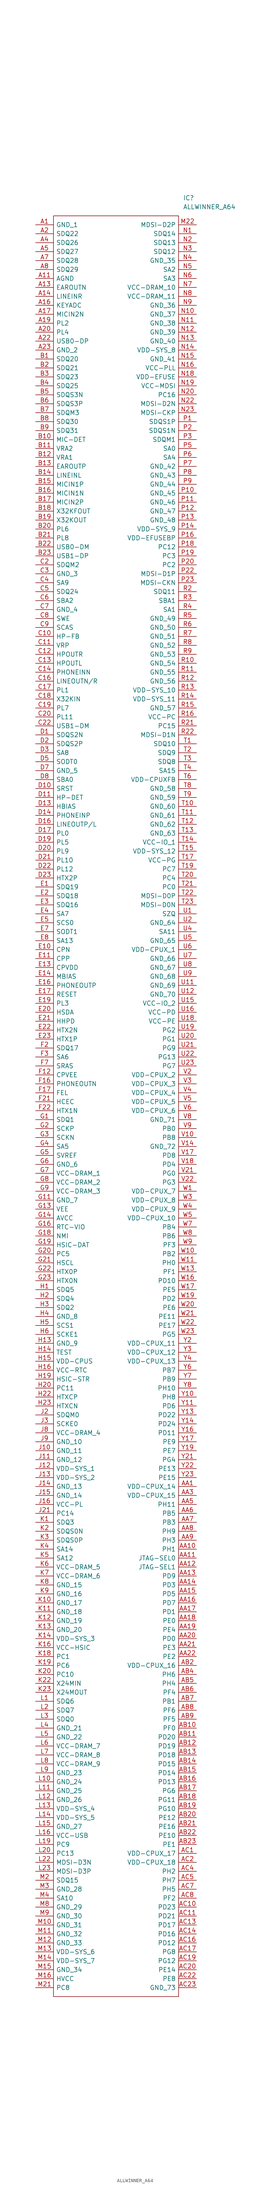
<source format=kicad_sym>
(kicad_symbol_lib
  (version 20211014)
  (generator kicad_symbol_editor)
  (symbol "ALLWINNER_A64"
    (pin_names
      (offset 0.762))
    (property "Reference" "IC"
      (at 41.91 7.62 0)
      (effects (font (size 1.27 1.27)) (justify left)))
    (property "Value" "ALLWINNER_A64"
      (at 41.91 5.08 0)
      (effects (font (size 1.27 1.27)) (justify left)))
    (symbol "ALLWINNER_A64_0_0"
      (pin passive line (at 0 0 0) (length 5.08) (name "GND_1" (effects (font (size 1.27 1.27)))) (number "A1" (effects (font (size 1.27 1.27)))))
      (pin passive line (at 0 -15.24 0) (length 5.08) (name "AGND" (effects (font (size 1.27 1.27)))) (number "A11" (effects (font (size 1.27 1.27)))))
      (pin passive line (at 0 -17.78 0) (length 5.08) (name "EAROUTN" (effects (font (size 1.27 1.27)))) (number "A13" (effects (font (size 1.27 1.27)))))
      (pin passive line (at 0 -20.32 0) (length 5.08) (name "LINEINR" (effects (font (size 1.27 1.27)))) (number "A14" (effects (font (size 1.27 1.27)))))
      (pin passive line (at 0 -22.86 0) (length 5.08) (name "KEYADC" (effects (font (size 1.27 1.27)))) (number "A16" (effects (font (size 1.27 1.27)))))
      (pin passive line (at 0 -25.4 0) (length 5.08) (name "MICIN2N" (effects (font (size 1.27 1.27)))) (number "A17" (effects (font (size 1.27 1.27)))))
      (pin passive line (at 0 -27.94 0) (length 5.08) (name "PL2" (effects (font (size 1.27 1.27)))) (number "A19" (effects (font (size 1.27 1.27)))))
      (pin passive line (at 0 -2.54 0) (length 5.08) (name "SDQ22" (effects (font (size 1.27 1.27)))) (number "A2" (effects (font (size 1.27 1.27)))))
      (pin passive line (at 0 -30.48 0) (length 5.08) (name "PL4" (effects (font (size 1.27 1.27)))) (number "A20" (effects (font (size 1.27 1.27)))))
      (pin passive line (at 0 -33.02 0) (length 5.08) (name "USB0-DP" (effects (font (size 1.27 1.27)))) (number "A22" (effects (font (size 1.27 1.27)))))
      (pin passive line (at 0 -35.56 0) (length 5.08) (name "GND_2" (effects (font (size 1.27 1.27)))) (number "A23" (effects (font (size 1.27 1.27)))))
      (pin passive line (at 0 -5.08 0) (length 5.08) (name "SDQ26" (effects (font (size 1.27 1.27)))) (number "A4" (effects (font (size 1.27 1.27)))))
      (pin passive line (at 0 -7.62 0) (length 5.08) (name "SDQ27" (effects (font (size 1.27 1.27)))) (number "A5" (effects (font (size 1.27 1.27)))))
      (pin passive line (at 0 -10.16 0) (length 5.08) (name "SDQ28" (effects (font (size 1.27 1.27)))) (number "A7" (effects (font (size 1.27 1.27)))))
      (pin passive line (at 0 -12.7 0) (length 5.08) (name "SDQ29" (effects (font (size 1.27 1.27)))) (number "A8" (effects (font (size 1.27 1.27)))))
      (pin passive line (at 45.72 -358.14 180) (length 5.08) (name "VDD-CPUX_14" (effects (font (size 1.27 1.27)))) (number "AA1" (effects (font (size 1.27 1.27)))))
      (pin passive line (at 45.72 -375.92 180) (length 5.08) (name "PH1" (effects (font (size 1.27 1.27)))) (number "AA10" (effects (font (size 1.27 1.27)))))
      (pin passive line (at 45.72 -378.46 180) (length 5.08) (name "JTAG-SEL0" (effects (font (size 1.27 1.27)))) (number "AA11" (effects (font (size 1.27 1.27)))))
      (pin passive line (at 45.72 -381 180) (length 5.08) (name "JTAG-SEL1" (effects (font (size 1.27 1.27)))) (number "AA12" (effects (font (size 1.27 1.27)))))
      (pin passive line (at 45.72 -383.54 180) (length 5.08) (name "PD9" (effects (font (size 1.27 1.27)))) (number "AA13" (effects (font (size 1.27 1.27)))))
      (pin passive line (at 45.72 -386.08 180) (length 5.08) (name "PD3" (effects (font (size 1.27 1.27)))) (number "AA14" (effects (font (size 1.27 1.27)))))
      (pin passive line (at 45.72 -388.62 180) (length 5.08) (name "PD5" (effects (font (size 1.27 1.27)))) (number "AA15" (effects (font (size 1.27 1.27)))))
      (pin passive line (at 45.72 -391.16 180) (length 5.08) (name "PD7" (effects (font (size 1.27 1.27)))) (number "AA16" (effects (font (size 1.27 1.27)))))
      (pin passive line (at 45.72 -393.7 180) (length 5.08) (name "PD1" (effects (font (size 1.27 1.27)))) (number "AA17" (effects (font (size 1.27 1.27)))))
      (pin passive line (at 45.72 -396.24 180) (length 5.08) (name "PE0" (effects (font (size 1.27 1.27)))) (number "AA18" (effects (font (size 1.27 1.27)))))
      (pin passive line (at 45.72 -398.78 180) (length 5.08) (name "PE4" (effects (font (size 1.27 1.27)))) (number "AA19" (effects (font (size 1.27 1.27)))))
      (pin passive line (at 45.72 -401.32 180) (length 5.08) (name "PD0" (effects (font (size 1.27 1.27)))) (number "AA20" (effects (font (size 1.27 1.27)))))
      (pin passive line (at 45.72 -403.86 180) (length 5.08) (name "PE3" (effects (font (size 1.27 1.27)))) (number "AA21" (effects (font (size 1.27 1.27)))))
      (pin passive line (at 45.72 -406.4 180) (length 5.08) (name "PE2" (effects (font (size 1.27 1.27)))) (number "AA22" (effects (font (size 1.27 1.27)))))
      (pin passive line (at 45.72 -360.68 180) (length 5.08) (name "VDD-CPUX_15" (effects (font (size 1.27 1.27)))) (number "AA3" (effects (font (size 1.27 1.27)))))
      (pin passive line (at 45.72 -363.22 180) (length 5.08) (name "PH11" (effects (font (size 1.27 1.27)))) (number "AA5" (effects (font (size 1.27 1.27)))))
      (pin passive line (at 45.72 -365.76 180) (length 5.08) (name "PB5" (effects (font (size 1.27 1.27)))) (number "AA6" (effects (font (size 1.27 1.27)))))
      (pin passive line (at 45.72 -368.3 180) (length 5.08) (name "PB3" (effects (font (size 1.27 1.27)))) (number "AA7" (effects (font (size 1.27 1.27)))))
      (pin passive line (at 45.72 -370.84 180) (length 5.08) (name "PH9" (effects (font (size 1.27 1.27)))) (number "AA8" (effects (font (size 1.27 1.27)))))
      (pin passive line (at 45.72 -373.38 180) (length 5.08) (name "PH3" (effects (font (size 1.27 1.27)))) (number "AA9" (effects (font (size 1.27 1.27)))))
      (pin passive line (at 45.72 -426.72 180) (length 5.08) (name "PF0" (effects (font (size 1.27 1.27)))) (number "AB10" (effects (font (size 1.27 1.27)))))
      (pin passive line (at 45.72 -429.26 180) (length 5.08) (name "PD20" (effects (font (size 1.27 1.27)))) (number "AB11" (effects (font (size 1.27 1.27)))))
      (pin passive line (at 45.72 -431.8 180) (length 5.08) (name "PD19" (effects (font (size 1.27 1.27)))) (number "AB12" (effects (font (size 1.27 1.27)))))
      (pin passive line (at 45.72 -434.34 180) (length 5.08) (name "PD18" (effects (font (size 1.27 1.27)))) (number "AB13" (effects (font (size 1.27 1.27)))))
      (pin passive line (at 45.72 -436.88 180) (length 5.08) (name "PD15" (effects (font (size 1.27 1.27)))) (number "AB14" (effects (font (size 1.27 1.27)))))
      (pin passive line (at 45.72 -439.42 180) (length 5.08) (name "PD14" (effects (font (size 1.27 1.27)))) (number "AB15" (effects (font (size 1.27 1.27)))))
      (pin passive line (at 45.72 -441.96 180) (length 5.08) (name "PD13" (effects (font (size 1.27 1.27)))) (number "AB16" (effects (font (size 1.27 1.27)))))
      (pin passive line (at 45.72 -444.5 180) (length 5.08) (name "PG6" (effects (font (size 1.27 1.27)))) (number "AB17" (effects (font (size 1.27 1.27)))))
      (pin passive line (at 45.72 -447.04 180) (length 5.08) (name "PG11" (effects (font (size 1.27 1.27)))) (number "AB18" (effects (font (size 1.27 1.27)))))
      (pin passive line (at 45.72 -449.58 180) (length 5.08) (name "PG10" (effects (font (size 1.27 1.27)))) (number "AB19" (effects (font (size 1.27 1.27)))))
      (pin passive line (at 45.72 -408.94 180) (length 5.08) (name "VDD-CPUX_16" (effects (font (size 1.27 1.27)))) (number "AB2" (effects (font (size 1.27 1.27)))))
      (pin passive line (at 45.72 -452.12 180) (length 5.08) (name "PE12" (effects (font (size 1.27 1.27)))) (number "AB20" (effects (font (size 1.27 1.27)))))
      (pin passive line (at 45.72 -454.66 180) (length 5.08) (name "PE16" (effects (font (size 1.27 1.27)))) (number "AB21" (effects (font (size 1.27 1.27)))))
      (pin passive line (at 45.72 -457.2 180) (length 5.08) (name "PE10" (effects (font (size 1.27 1.27)))) (number "AB22" (effects (font (size 1.27 1.27)))))
      (pin passive line (at 45.72 -459.74 180) (length 5.08) (name "PE1" (effects (font (size 1.27 1.27)))) (number "AB23" (effects (font (size 1.27 1.27)))))
      (pin passive line (at 45.72 -411.48 180) (length 5.08) (name "PH6" (effects (font (size 1.27 1.27)))) (number "AB4" (effects (font (size 1.27 1.27)))))
      (pin passive line (at 45.72 -414.02 180) (length 5.08) (name "PH4" (effects (font (size 1.27 1.27)))) (number "AB5" (effects (font (size 1.27 1.27)))))
      (pin passive line (at 45.72 -416.56 180) (length 5.08) (name "PF4" (effects (font (size 1.27 1.27)))) (number "AB6" (effects (font (size 1.27 1.27)))))
      (pin passive line (at 45.72 -419.1 180) (length 5.08) (name "PB1" (effects (font (size 1.27 1.27)))) (number "AB7" (effects (font (size 1.27 1.27)))))
      (pin passive line (at 45.72 -421.64 180) (length 5.08) (name "PF6" (effects (font (size 1.27 1.27)))) (number "AB8" (effects (font (size 1.27 1.27)))))
      (pin passive line (at 45.72 -424.18 180) (length 5.08) (name "PF5" (effects (font (size 1.27 1.27)))) (number "AB9" (effects (font (size 1.27 1.27)))))
      (pin passive line (at 45.72 -462.28 180) (length 5.08) (name "VDD-CPUX_17" (effects (font (size 1.27 1.27)))) (number "AC1" (effects (font (size 1.27 1.27)))))
      (pin passive line (at 45.72 -477.52 180) (length 5.08) (name "PD23" (effects (font (size 1.27 1.27)))) (number "AC10" (effects (font (size 1.27 1.27)))))
      (pin passive line (at 45.72 -480.06 180) (length 5.08) (name "PD21" (effects (font (size 1.27 1.27)))) (number "AC11" (effects (font (size 1.27 1.27)))))
      (pin passive line (at 45.72 -482.6 180) (length 5.08) (name "PD17" (effects (font (size 1.27 1.27)))) (number "AC13" (effects (font (size 1.27 1.27)))))
      (pin passive line (at 45.72 -485.14 180) (length 5.08) (name "PD16" (effects (font (size 1.27 1.27)))) (number "AC14" (effects (font (size 1.27 1.27)))))
      (pin passive line (at 45.72 -487.68 180) (length 5.08) (name "PD12" (effects (font (size 1.27 1.27)))) (number "AC16" (effects (font (size 1.27 1.27)))))
      (pin passive line (at 45.72 -490.22 180) (length 5.08) (name "PG8" (effects (font (size 1.27 1.27)))) (number "AC17" (effects (font (size 1.27 1.27)))))
      (pin passive line (at 45.72 -492.76 180) (length 5.08) (name "PG12" (effects (font (size 1.27 1.27)))) (number "AC19" (effects (font (size 1.27 1.27)))))
      (pin passive line (at 45.72 -464.82 180) (length 5.08) (name "VDD-CPUX_18" (effects (font (size 1.27 1.27)))) (number "AC2" (effects (font (size 1.27 1.27)))))
      (pin passive line (at 45.72 -495.3 180) (length 5.08) (name "PE14" (effects (font (size 1.27 1.27)))) (number "AC20" (effects (font (size 1.27 1.27)))))
      (pin passive line (at 45.72 -497.84 180) (length 5.08) (name "PE8" (effects (font (size 1.27 1.27)))) (number "AC22" (effects (font (size 1.27 1.27)))))
      (pin passive line (at 45.72 -500.38 180) (length 5.08) (name "GND_73" (effects (font (size 1.27 1.27)))) (number "AC23" (effects (font (size 1.27 1.27)))))
      (pin passive line (at 45.72 -467.36 180) (length 5.08) (name "PH2" (effects (font (size 1.27 1.27)))) (number "AC4" (effects (font (size 1.27 1.27)))))
      (pin passive line (at 45.72 -469.9 180) (length 5.08) (name "PH7" (effects (font (size 1.27 1.27)))) (number "AC5" (effects (font (size 1.27 1.27)))))
      (pin passive line (at 45.72 -472.44 180) (length 5.08) (name "PH5" (effects (font (size 1.27 1.27)))) (number "AC7" (effects (font (size 1.27 1.27)))))
      (pin passive line (at 45.72 -474.98 180) (length 5.08) (name "PF2" (effects (font (size 1.27 1.27)))) (number "AC8" (effects (font (size 1.27 1.27)))))
      (pin passive line (at 0 -38.1 0) (length 5.08) (name "SDQ20" (effects (font (size 1.27 1.27)))) (number "B1" (effects (font (size 1.27 1.27)))))
      (pin passive line (at 0 -60.96 0) (length 5.08) (name "MIC-DET" (effects (font (size 1.27 1.27)))) (number "B10" (effects (font (size 1.27 1.27)))))
      (pin passive line (at 0 -63.5 0) (length 5.08) (name "VRA2" (effects (font (size 1.27 1.27)))) (number "B11" (effects (font (size 1.27 1.27)))))
      (pin passive line (at 0 -66.04 0) (length 5.08) (name "VRA1" (effects (font (size 1.27 1.27)))) (number "B12" (effects (font (size 1.27 1.27)))))
      (pin passive line (at 0 -68.58 0) (length 5.08) (name "EAROUTP" (effects (font (size 1.27 1.27)))) (number "B13" (effects (font (size 1.27 1.27)))))
      (pin passive line (at 0 -71.12 0) (length 5.08) (name "LINEINL" (effects (font (size 1.27 1.27)))) (number "B14" (effects (font (size 1.27 1.27)))))
      (pin passive line (at 0 -73.66 0) (length 5.08) (name "MICIN1P" (effects (font (size 1.27 1.27)))) (number "B15" (effects (font (size 1.27 1.27)))))
      (pin passive line (at 0 -76.2 0) (length 5.08) (name "MICIN1N" (effects (font (size 1.27 1.27)))) (number "B16" (effects (font (size 1.27 1.27)))))
      (pin passive line (at 0 -78.74 0) (length 5.08) (name "MICIN2P" (effects (font (size 1.27 1.27)))) (number "B17" (effects (font (size 1.27 1.27)))))
      (pin passive line (at 0 -81.28 0) (length 5.08) (name "X32KFOUT" (effects (font (size 1.27 1.27)))) (number "B18" (effects (font (size 1.27 1.27)))))
      (pin passive line (at 0 -83.82 0) (length 5.08) (name "X32KOUT" (effects (font (size 1.27 1.27)))) (number "B19" (effects (font (size 1.27 1.27)))))
      (pin passive line (at 0 -40.64 0) (length 5.08) (name "SDQ21" (effects (font (size 1.27 1.27)))) (number "B2" (effects (font (size 1.27 1.27)))))
      (pin passive line (at 0 -86.36 0) (length 5.08) (name "PL6" (effects (font (size 1.27 1.27)))) (number "B20" (effects (font (size 1.27 1.27)))))
      (pin passive line (at 0 -88.9 0) (length 5.08) (name "PL8" (effects (font (size 1.27 1.27)))) (number "B21" (effects (font (size 1.27 1.27)))))
      (pin passive line (at 0 -91.44 0) (length 5.08) (name "USB0-DM" (effects (font (size 1.27 1.27)))) (number "B22" (effects (font (size 1.27 1.27)))))
      (pin passive line (at 0 -93.98 0) (length 5.08) (name "USB1-DP" (effects (font (size 1.27 1.27)))) (number "B23" (effects (font (size 1.27 1.27)))))
      (pin passive line (at 0 -43.18 0) (length 5.08) (name "SDQ23" (effects (font (size 1.27 1.27)))) (number "B3" (effects (font (size 1.27 1.27)))))
      (pin passive line (at 0 -45.72 0) (length 5.08) (name "SDQ25" (effects (font (size 1.27 1.27)))) (number "B4" (effects (font (size 1.27 1.27)))))
      (pin passive line (at 0 -48.26 0) (length 5.08) (name "SDQS3N" (effects (font (size 1.27 1.27)))) (number "B5" (effects (font (size 1.27 1.27)))))
      (pin passive line (at 0 -50.8 0) (length 5.08) (name "SDQS3P" (effects (font (size 1.27 1.27)))) (number "B6" (effects (font (size 1.27 1.27)))))
      (pin passive line (at 0 -53.34 0) (length 5.08) (name "SDQM3" (effects (font (size 1.27 1.27)))) (number "B7" (effects (font (size 1.27 1.27)))))
      (pin passive line (at 0 -55.88 0) (length 5.08) (name "SDQ30" (effects (font (size 1.27 1.27)))) (number "B8" (effects (font (size 1.27 1.27)))))
      (pin passive line (at 0 -58.42 0) (length 5.08) (name "SDQ31" (effects (font (size 1.27 1.27)))) (number "B9" (effects (font (size 1.27 1.27)))))
      (pin passive line (at 0 -116.84 0) (length 5.08) (name "HP-FB" (effects (font (size 1.27 1.27)))) (number "C10" (effects (font (size 1.27 1.27)))))
      (pin passive line (at 0 -119.38 0) (length 5.08) (name "VRP" (effects (font (size 1.27 1.27)))) (number "C11" (effects (font (size 1.27 1.27)))))
      (pin passive line (at 0 -121.92 0) (length 5.08) (name "HPOUTR" (effects (font (size 1.27 1.27)))) (number "C12" (effects (font (size 1.27 1.27)))))
      (pin passive line (at 0 -124.46 0) (length 5.08) (name "HPOUTL" (effects (font (size 1.27 1.27)))) (number "C13" (effects (font (size 1.27 1.27)))))
      (pin passive line (at 0 -127 0) (length 5.08) (name "PHONEINN" (effects (font (size 1.27 1.27)))) (number "C14" (effects (font (size 1.27 1.27)))))
      (pin passive line (at 0 -129.54 0) (length 5.08) (name "LINEOUTN/R" (effects (font (size 1.27 1.27)))) (number "C16" (effects (font (size 1.27 1.27)))))
      (pin passive line (at 0 -132.08 0) (length 5.08) (name "PL1" (effects (font (size 1.27 1.27)))) (number "C17" (effects (font (size 1.27 1.27)))))
      (pin passive line (at 0 -134.62 0) (length 5.08) (name "X32KIN" (effects (font (size 1.27 1.27)))) (number "C18" (effects (font (size 1.27 1.27)))))
      (pin passive line (at 0 -137.16 0) (length 5.08) (name "PL7" (effects (font (size 1.27 1.27)))) (number "C19" (effects (font (size 1.27 1.27)))))
      (pin passive line (at 0 -96.52 0) (length 5.08) (name "SDQM2" (effects (font (size 1.27 1.27)))) (number "C2" (effects (font (size 1.27 1.27)))))
      (pin passive line (at 0 -139.7 0) (length 5.08) (name "PL11" (effects (font (size 1.27 1.27)))) (number "C20" (effects (font (size 1.27 1.27)))))
      (pin passive line (at 0 -142.24 0) (length 5.08) (name "USB1-DM" (effects (font (size 1.27 1.27)))) (number "C22" (effects (font (size 1.27 1.27)))))
      (pin passive line (at 0 -99.06 0) (length 5.08) (name "GND_3" (effects (font (size 1.27 1.27)))) (number "C3" (effects (font (size 1.27 1.27)))))
      (pin passive line (at 0 -101.6 0) (length 5.08) (name "SA9" (effects (font (size 1.27 1.27)))) (number "C4" (effects (font (size 1.27 1.27)))))
      (pin passive line (at 0 -104.14 0) (length 5.08) (name "SDQ24" (effects (font (size 1.27 1.27)))) (number "C5" (effects (font (size 1.27 1.27)))))
      (pin passive line (at 0 -106.68 0) (length 5.08) (name "SBA2" (effects (font (size 1.27 1.27)))) (number "C6" (effects (font (size 1.27 1.27)))))
      (pin passive line (at 0 -109.22 0) (length 5.08) (name "GND_4" (effects (font (size 1.27 1.27)))) (number "C7" (effects (font (size 1.27 1.27)))))
      (pin passive line (at 0 -111.76 0) (length 5.08) (name "SWE" (effects (font (size 1.27 1.27)))) (number "C8" (effects (font (size 1.27 1.27)))))
      (pin passive line (at 0 -114.3 0) (length 5.08) (name "SCAS" (effects (font (size 1.27 1.27)))) (number "C9" (effects (font (size 1.27 1.27)))))
      (pin passive line (at 0 -144.78 0) (length 5.08) (name "SDQS2N" (effects (font (size 1.27 1.27)))) (number "D1" (effects (font (size 1.27 1.27)))))
      (pin passive line (at 0 -160.02 0) (length 5.08) (name "SRST" (effects (font (size 1.27 1.27)))) (number "D10" (effects (font (size 1.27 1.27)))))
      (pin passive line (at 0 -162.56 0) (length 5.08) (name "HP-DET" (effects (font (size 1.27 1.27)))) (number "D11" (effects (font (size 1.27 1.27)))))
      (pin passive line (at 0 -165.1 0) (length 5.08) (name "HBIAS" (effects (font (size 1.27 1.27)))) (number "D13" (effects (font (size 1.27 1.27)))))
      (pin passive line (at 0 -167.64 0) (length 5.08) (name "PHONEINP" (effects (font (size 1.27 1.27)))) (number "D14" (effects (font (size 1.27 1.27)))))
      (pin passive line (at 0 -170.18 0) (length 5.08) (name "LINEOUTP/L" (effects (font (size 1.27 1.27)))) (number "D16" (effects (font (size 1.27 1.27)))))
      (pin passive line (at 0 -172.72 0) (length 5.08) (name "PL0" (effects (font (size 1.27 1.27)))) (number "D17" (effects (font (size 1.27 1.27)))))
      (pin passive line (at 0 -175.26 0) (length 5.08) (name "PL5" (effects (font (size 1.27 1.27)))) (number "D19" (effects (font (size 1.27 1.27)))))
      (pin passive line (at 0 -147.32 0) (length 5.08) (name "SDQS2P" (effects (font (size 1.27 1.27)))) (number "D2" (effects (font (size 1.27 1.27)))))
      (pin passive line (at 0 -177.8 0) (length 5.08) (name "PL9" (effects (font (size 1.27 1.27)))) (number "D20" (effects (font (size 1.27 1.27)))))
      (pin passive line (at 0 -180.34 0) (length 5.08) (name "PL10" (effects (font (size 1.27 1.27)))) (number "D21" (effects (font (size 1.27 1.27)))))
      (pin passive line (at 0 -182.88 0) (length 5.08) (name "PL12" (effects (font (size 1.27 1.27)))) (number "D22" (effects (font (size 1.27 1.27)))))
      (pin passive line (at 0 -185.42 0) (length 5.08) (name "HTX2P" (effects (font (size 1.27 1.27)))) (number "D23" (effects (font (size 1.27 1.27)))))
      (pin passive line (at 0 -149.86 0) (length 5.08) (name "SA8" (effects (font (size 1.27 1.27)))) (number "D3" (effects (font (size 1.27 1.27)))))
      (pin passive line (at 0 -152.4 0) (length 5.08) (name "SODT0" (effects (font (size 1.27 1.27)))) (number "D5" (effects (font (size 1.27 1.27)))))
      (pin passive line (at 0 -154.94 0) (length 5.08) (name "GND_5" (effects (font (size 1.27 1.27)))) (number "D7" (effects (font (size 1.27 1.27)))))
      (pin passive line (at 0 -157.48 0) (length 5.08) (name "SBA0" (effects (font (size 1.27 1.27)))) (number "D8" (effects (font (size 1.27 1.27)))))
      (pin passive line (at 0 -187.96 0) (length 5.08) (name "SDQ19" (effects (font (size 1.27 1.27)))) (number "E1" (effects (font (size 1.27 1.27)))))
      (pin passive line (at 0 -205.74 0) (length 5.08) (name "CPN" (effects (font (size 1.27 1.27)))) (number "E10" (effects (font (size 1.27 1.27)))))
      (pin passive line (at 0 -208.28 0) (length 5.08) (name "CPP" (effects (font (size 1.27 1.27)))) (number "E11" (effects (font (size 1.27 1.27)))))
      (pin passive line (at 0 -210.82 0) (length 5.08) (name "CPVDD" (effects (font (size 1.27 1.27)))) (number "E13" (effects (font (size 1.27 1.27)))))
      (pin passive line (at 0 -213.36 0) (length 5.08) (name "MBIAS" (effects (font (size 1.27 1.27)))) (number "E14" (effects (font (size 1.27 1.27)))))
      (pin passive line (at 0 -215.9 0) (length 5.08) (name "PHONEOUTP" (effects (font (size 1.27 1.27)))) (number "E16" (effects (font (size 1.27 1.27)))))
      (pin passive line (at 0 -218.44 0) (length 5.08) (name "RESET" (effects (font (size 1.27 1.27)))) (number "E17" (effects (font (size 1.27 1.27)))))
      (pin passive line (at 0 -220.98 0) (length 5.08) (name "PL3" (effects (font (size 1.27 1.27)))) (number "E19" (effects (font (size 1.27 1.27)))))
      (pin passive line (at 0 -190.5 0) (length 5.08) (name "SDQ18" (effects (font (size 1.27 1.27)))) (number "E2" (effects (font (size 1.27 1.27)))))
      (pin passive line (at 0 -223.52 0) (length 5.08) (name "HSDA" (effects (font (size 1.27 1.27)))) (number "E20" (effects (font (size 1.27 1.27)))))
      (pin passive line (at 0 -226.06 0) (length 5.08) (name "HHPD" (effects (font (size 1.27 1.27)))) (number "E21" (effects (font (size 1.27 1.27)))))
      (pin passive line (at 0 -228.6 0) (length 5.08) (name "HTX2N" (effects (font (size 1.27 1.27)))) (number "E22" (effects (font (size 1.27 1.27)))))
      (pin passive line (at 0 -231.14 0) (length 5.08) (name "HTX1P" (effects (font (size 1.27 1.27)))) (number "E23" (effects (font (size 1.27 1.27)))))
      (pin passive line (at 0 -193.04 0) (length 5.08) (name "SDQ16" (effects (font (size 1.27 1.27)))) (number "E3" (effects (font (size 1.27 1.27)))))
      (pin passive line (at 0 -195.58 0) (length 5.08) (name "SA7" (effects (font (size 1.27 1.27)))) (number "E4" (effects (font (size 1.27 1.27)))))
      (pin passive line (at 0 -198.12 0) (length 5.08) (name "SCS0" (effects (font (size 1.27 1.27)))) (number "E5" (effects (font (size 1.27 1.27)))))
      (pin passive line (at 0 -200.66 0) (length 5.08) (name "SODT1" (effects (font (size 1.27 1.27)))) (number "E7" (effects (font (size 1.27 1.27)))))
      (pin passive line (at 0 -203.2 0) (length 5.08) (name "SA13" (effects (font (size 1.27 1.27)))) (number "E8" (effects (font (size 1.27 1.27)))))
      (pin passive line (at 0 -241.3 0) (length 5.08) (name "CPVEE" (effects (font (size 1.27 1.27)))) (number "F12" (effects (font (size 1.27 1.27)))))
      (pin passive line (at 0 -243.84 0) (length 5.08) (name "PHONEOUTN" (effects (font (size 1.27 1.27)))) (number "F16" (effects (font (size 1.27 1.27)))))
      (pin passive line (at 0 -246.38 0) (length 5.08) (name "FEL" (effects (font (size 1.27 1.27)))) (number "F17" (effects (font (size 1.27 1.27)))))
      (pin passive line (at 0 -233.68 0) (length 5.08) (name "SDQ17" (effects (font (size 1.27 1.27)))) (number "F2" (effects (font (size 1.27 1.27)))))
      (pin passive line (at 0 -248.92 0) (length 5.08) (name "HCEC" (effects (font (size 1.27 1.27)))) (number "F21" (effects (font (size 1.27 1.27)))))
      (pin passive line (at 0 -251.46 0) (length 5.08) (name "HTX1N" (effects (font (size 1.27 1.27)))) (number "F22" (effects (font (size 1.27 1.27)))))
      (pin passive line (at 0 -236.22 0) (length 5.08) (name "SA6" (effects (font (size 1.27 1.27)))) (number "F3" (effects (font (size 1.27 1.27)))))
      (pin passive line (at 0 -238.76 0) (length 5.08) (name "SRAS" (effects (font (size 1.27 1.27)))) (number "F7" (effects (font (size 1.27 1.27)))))
      (pin passive line (at 0 -254 0) (length 5.08) (name "SDQ1" (effects (font (size 1.27 1.27)))) (number "G1" (effects (font (size 1.27 1.27)))))
      (pin passive line (at 0 -276.86 0) (length 5.08) (name "GND_7" (effects (font (size 1.27 1.27)))) (number "G11" (effects (font (size 1.27 1.27)))))
      (pin passive line (at 0 -279.4 0) (length 5.08) (name "VEE" (effects (font (size 1.27 1.27)))) (number "G13" (effects (font (size 1.27 1.27)))))
      (pin passive line (at 0 -281.94 0) (length 5.08) (name "AVCC" (effects (font (size 1.27 1.27)))) (number "G14" (effects (font (size 1.27 1.27)))))
      (pin passive line (at 0 -284.48 0) (length 5.08) (name "RTC-VIO" (effects (font (size 1.27 1.27)))) (number "G16" (effects (font (size 1.27 1.27)))))
      (pin passive line (at 0 -287.02 0) (length 5.08) (name "NMI" (effects (font (size 1.27 1.27)))) (number "G18" (effects (font (size 1.27 1.27)))))
      (pin passive line (at 0 -289.56 0) (length 5.08) (name "HSIC-DAT" (effects (font (size 1.27 1.27)))) (number "G19" (effects (font (size 1.27 1.27)))))
      (pin passive line (at 0 -256.54 0) (length 5.08) (name "SCKP" (effects (font (size 1.27 1.27)))) (number "G2" (effects (font (size 1.27 1.27)))))
      (pin passive line (at 0 -292.1 0) (length 5.08) (name "PC5" (effects (font (size 1.27 1.27)))) (number "G20" (effects (font (size 1.27 1.27)))))
      (pin passive line (at 0 -294.64 0) (length 5.08) (name "HSCL" (effects (font (size 1.27 1.27)))) (number "G21" (effects (font (size 1.27 1.27)))))
      (pin passive line (at 0 -297.18 0) (length 5.08) (name "HTX0P" (effects (font (size 1.27 1.27)))) (number "G22" (effects (font (size 1.27 1.27)))))
      (pin passive line (at 0 -299.72 0) (length 5.08) (name "HTX0N" (effects (font (size 1.27 1.27)))) (number "G23" (effects (font (size 1.27 1.27)))))
      (pin passive line (at 0 -259.08 0) (length 5.08) (name "SCKN" (effects (font (size 1.27 1.27)))) (number "G3" (effects (font (size 1.27 1.27)))))
      (pin passive line (at 0 -261.62 0) (length 5.08) (name "SA5" (effects (font (size 1.27 1.27)))) (number "G4" (effects (font (size 1.27 1.27)))))
      (pin passive line (at 0 -264.16 0) (length 5.08) (name "SVREF" (effects (font (size 1.27 1.27)))) (number "G5" (effects (font (size 1.27 1.27)))))
      (pin passive line (at 0 -266.7 0) (length 5.08) (name "GND_6" (effects (font (size 1.27 1.27)))) (number "G6" (effects (font (size 1.27 1.27)))))
      (pin passive line (at 0 -269.24 0) (length 5.08) (name "VCC-DRAM_1" (effects (font (size 1.27 1.27)))) (number "G7" (effects (font (size 1.27 1.27)))))
      (pin passive line (at 0 -271.78 0) (length 5.08) (name "VCC-DRAM_2" (effects (font (size 1.27 1.27)))) (number "G8" (effects (font (size 1.27 1.27)))))
      (pin passive line (at 0 -274.32 0) (length 5.08) (name "VCC-DRAM_3" (effects (font (size 1.27 1.27)))) (number "G9" (effects (font (size 1.27 1.27)))))
      (pin passive line (at 0 -302.26 0) (length 5.08) (name "SDQ5" (effects (font (size 1.27 1.27)))) (number "H1" (effects (font (size 1.27 1.27)))))
      (pin passive line (at 0 -317.5 0) (length 5.08) (name "GND_9" (effects (font (size 1.27 1.27)))) (number "H13" (effects (font (size 1.27 1.27)))))
      (pin passive line (at 0 -320.04 0) (length 5.08) (name "TEST" (effects (font (size 1.27 1.27)))) (number "H14" (effects (font (size 1.27 1.27)))))
      (pin passive line (at 0 -322.58 0) (length 5.08) (name "VDD-CPUS" (effects (font (size 1.27 1.27)))) (number "H15" (effects (font (size 1.27 1.27)))))
      (pin passive line (at 0 -325.12 0) (length 5.08) (name "VCC-RTC" (effects (font (size 1.27 1.27)))) (number "H16" (effects (font (size 1.27 1.27)))))
      (pin passive line (at 0 -327.66 0) (length 5.08) (name "HSIC-STR" (effects (font (size 1.27 1.27)))) (number "H19" (effects (font (size 1.27 1.27)))))
      (pin passive line (at 0 -304.8 0) (length 5.08) (name "SDQ4" (effects (font (size 1.27 1.27)))) (number "H2" (effects (font (size 1.27 1.27)))))
      (pin passive line (at 0 -330.2 0) (length 5.08) (name "PC11" (effects (font (size 1.27 1.27)))) (number "H20" (effects (font (size 1.27 1.27)))))
      (pin passive line (at 0 -332.74 0) (length 5.08) (name "HTXCP" (effects (font (size 1.27 1.27)))) (number "H22" (effects (font (size 1.27 1.27)))))
      (pin passive line (at 0 -335.28 0) (length 5.08) (name "HTXCN" (effects (font (size 1.27 1.27)))) (number "H23" (effects (font (size 1.27 1.27)))))
      (pin passive line (at 0 -307.34 0) (length 5.08) (name "SDQ2" (effects (font (size 1.27 1.27)))) (number "H3" (effects (font (size 1.27 1.27)))))
      (pin passive line (at 0 -309.88 0) (length 5.08) (name "GND_8" (effects (font (size 1.27 1.27)))) (number "H4" (effects (font (size 1.27 1.27)))))
      (pin passive line (at 0 -312.42 0) (length 5.08) (name "SCS1" (effects (font (size 1.27 1.27)))) (number "H5" (effects (font (size 1.27 1.27)))))
      (pin passive line (at 0 -314.96 0) (length 5.08) (name "SCKE1" (effects (font (size 1.27 1.27)))) (number "H6" (effects (font (size 1.27 1.27)))))
      (pin passive line (at 0 -347.98 0) (length 5.08) (name "GND_11" (effects (font (size 1.27 1.27)))) (number "J10" (effects (font (size 1.27 1.27)))))
      (pin passive line (at 0 -350.52 0) (length 5.08) (name "GND_12" (effects (font (size 1.27 1.27)))) (number "J11" (effects (font (size 1.27 1.27)))))
      (pin passive line (at 0 -353.06 0) (length 5.08) (name "VDD-SYS_1" (effects (font (size 1.27 1.27)))) (number "J12" (effects (font (size 1.27 1.27)))))
      (pin passive line (at 0 -355.6 0) (length 5.08) (name "VDD-SYS_2" (effects (font (size 1.27 1.27)))) (number "J13" (effects (font (size 1.27 1.27)))))
      (pin passive line (at 0 -358.14 0) (length 5.08) (name "GND_13" (effects (font (size 1.27 1.27)))) (number "J14" (effects (font (size 1.27 1.27)))))
      (pin passive line (at 0 -360.68 0) (length 5.08) (name "GND_14" (effects (font (size 1.27 1.27)))) (number "J15" (effects (font (size 1.27 1.27)))))
      (pin passive line (at 0 -363.22 0) (length 5.08) (name "VCC-PL" (effects (font (size 1.27 1.27)))) (number "J16" (effects (font (size 1.27 1.27)))))
      (pin passive line (at 0 -337.82 0) (length 5.08) (name "SDQM0" (effects (font (size 1.27 1.27)))) (number "J2" (effects (font (size 1.27 1.27)))))
      (pin passive line (at 0 -365.76 0) (length 5.08) (name "PC14" (effects (font (size 1.27 1.27)))) (number "J21" (effects (font (size 1.27 1.27)))))
      (pin passive line (at 0 -340.36 0) (length 5.08) (name "SCKE0" (effects (font (size 1.27 1.27)))) (number "J3" (effects (font (size 1.27 1.27)))))
      (pin passive line (at 0 -342.9 0) (length 5.08) (name "VCC-DRAM_4" (effects (font (size 1.27 1.27)))) (number "J8" (effects (font (size 1.27 1.27)))))
      (pin passive line (at 0 -345.44 0) (length 5.08) (name "GND_10" (effects (font (size 1.27 1.27)))) (number "J9" (effects (font (size 1.27 1.27)))))
      (pin passive line (at 0 -368.3 0) (length 5.08) (name "SDQ3" (effects (font (size 1.27 1.27)))) (number "K1" (effects (font (size 1.27 1.27)))))
      (pin passive line (at 0 -391.16 0) (length 5.08) (name "GND_17" (effects (font (size 1.27 1.27)))) (number "K10" (effects (font (size 1.27 1.27)))))
      (pin passive line (at 0 -393.7 0) (length 5.08) (name "GND_18" (effects (font (size 1.27 1.27)))) (number "K11" (effects (font (size 1.27 1.27)))))
      (pin passive line (at 0 -396.24 0) (length 5.08) (name "GND_19" (effects (font (size 1.27 1.27)))) (number "K12" (effects (font (size 1.27 1.27)))))
      (pin passive line (at 0 -398.78 0) (length 5.08) (name "GND_20" (effects (font (size 1.27 1.27)))) (number "K13" (effects (font (size 1.27 1.27)))))
      (pin passive line (at 0 -401.32 0) (length 5.08) (name "VDD-SYS_3" (effects (font (size 1.27 1.27)))) (number "K14" (effects (font (size 1.27 1.27)))))
      (pin passive line (at 0 -403.86 0) (length 5.08) (name "VCC-HSIC" (effects (font (size 1.27 1.27)))) (number "K16" (effects (font (size 1.27 1.27)))))
      (pin passive line (at 0 -406.4 0) (length 5.08) (name "PC1" (effects (font (size 1.27 1.27)))) (number "K18" (effects (font (size 1.27 1.27)))))
      (pin passive line (at 0 -408.94 0) (length 5.08) (name "PC6" (effects (font (size 1.27 1.27)))) (number "K19" (effects (font (size 1.27 1.27)))))
      (pin passive line (at 0 -370.84 0) (length 5.08) (name "SDQS0N" (effects (font (size 1.27 1.27)))) (number "K2" (effects (font (size 1.27 1.27)))))
      (pin passive line (at 0 -411.48 0) (length 5.08) (name "PC10" (effects (font (size 1.27 1.27)))) (number "K20" (effects (font (size 1.27 1.27)))))
      (pin passive line (at 0 -414.02 0) (length 5.08) (name "X24MIN" (effects (font (size 1.27 1.27)))) (number "K22" (effects (font (size 1.27 1.27)))))
      (pin passive line (at 0 -416.56 0) (length 5.08) (name "X24MOUT" (effects (font (size 1.27 1.27)))) (number "K23" (effects (font (size 1.27 1.27)))))
      (pin passive line (at 0 -373.38 0) (length 5.08) (name "SDQS0P" (effects (font (size 1.27 1.27)))) (number "K3" (effects (font (size 1.27 1.27)))))
      (pin passive line (at 0 -375.92 0) (length 5.08) (name "SA14" (effects (font (size 1.27 1.27)))) (number "K4" (effects (font (size 1.27 1.27)))))
      (pin passive line (at 0 -378.46 0) (length 5.08) (name "SA12" (effects (font (size 1.27 1.27)))) (number "K5" (effects (font (size 1.27 1.27)))))
      (pin passive line (at 0 -381 0) (length 5.08) (name "VCC-DRAM_5" (effects (font (size 1.27 1.27)))) (number "K6" (effects (font (size 1.27 1.27)))))
      (pin passive line (at 0 -383.54 0) (length 5.08) (name "VCC-DRAM_6" (effects (font (size 1.27 1.27)))) (number "K7" (effects (font (size 1.27 1.27)))))
      (pin passive line (at 0 -386.08 0) (length 5.08) (name "GND_15" (effects (font (size 1.27 1.27)))) (number "K8" (effects (font (size 1.27 1.27)))))
      (pin passive line (at 0 -388.62 0) (length 5.08) (name "GND_16" (effects (font (size 1.27 1.27)))) (number "K9" (effects (font (size 1.27 1.27)))))
      (pin passive line (at 0 -419.1 0) (length 5.08) (name "SDQ6" (effects (font (size 1.27 1.27)))) (number "L1" (effects (font (size 1.27 1.27)))))
      (pin passive line (at 0 -441.96 0) (length 5.08) (name "GND_24" (effects (font (size 1.27 1.27)))) (number "L10" (effects (font (size 1.27 1.27)))))
      (pin passive line (at 0 -444.5 0) (length 5.08) (name "GND_25" (effects (font (size 1.27 1.27)))) (number "L11" (effects (font (size 1.27 1.27)))))
      (pin passive line (at 0 -447.04 0) (length 5.08) (name "GND_26" (effects (font (size 1.27 1.27)))) (number "L12" (effects (font (size 1.27 1.27)))))
      (pin passive line (at 0 -449.58 0) (length 5.08) (name "VDD-SYS_4" (effects (font (size 1.27 1.27)))) (number "L13" (effects (font (size 1.27 1.27)))))
      (pin passive line (at 0 -452.12 0) (length 5.08) (name "VDD-SYS_5" (effects (font (size 1.27 1.27)))) (number "L14" (effects (font (size 1.27 1.27)))))
      (pin passive line (at 0 -454.66 0) (length 5.08) (name "GND_27" (effects (font (size 1.27 1.27)))) (number "L15" (effects (font (size 1.27 1.27)))))
      (pin passive line (at 0 -457.2 0) (length 5.08) (name "VCC-USB" (effects (font (size 1.27 1.27)))) (number "L16" (effects (font (size 1.27 1.27)))))
      (pin passive line (at 0 -459.74 0) (length 5.08) (name "PC9" (effects (font (size 1.27 1.27)))) (number "L19" (effects (font (size 1.27 1.27)))))
      (pin passive line (at 0 -421.64 0) (length 5.08) (name "SDQ7" (effects (font (size 1.27 1.27)))) (number "L2" (effects (font (size 1.27 1.27)))))
      (pin passive line (at 0 -462.28 0) (length 5.08) (name "PC13" (effects (font (size 1.27 1.27)))) (number "L20" (effects (font (size 1.27 1.27)))))
      (pin passive line (at 0 -464.82 0) (length 5.08) (name "MDSI-D3N" (effects (font (size 1.27 1.27)))) (number "L22" (effects (font (size 1.27 1.27)))))
      (pin passive line (at 0 -467.36 0) (length 5.08) (name "MDSI-D3P" (effects (font (size 1.27 1.27)))) (number "L23" (effects (font (size 1.27 1.27)))))
      (pin passive line (at 0 -424.18 0) (length 5.08) (name "SDQ0" (effects (font (size 1.27 1.27)))) (number "L3" (effects (font (size 1.27 1.27)))))
      (pin passive line (at 0 -426.72 0) (length 5.08) (name "GND_21" (effects (font (size 1.27 1.27)))) (number "L4" (effects (font (size 1.27 1.27)))))
      (pin passive line (at 0 -429.26 0) (length 5.08) (name "GND_22" (effects (font (size 1.27 1.27)))) (number "L5" (effects (font (size 1.27 1.27)))))
      (pin passive line (at 0 -431.8 0) (length 5.08) (name "VCC-DRAM_7" (effects (font (size 1.27 1.27)))) (number "L6" (effects (font (size 1.27 1.27)))))
      (pin passive line (at 0 -434.34 0) (length 5.08) (name "VCC-DRAM_8" (effects (font (size 1.27 1.27)))) (number "L7" (effects (font (size 1.27 1.27)))))
      (pin passive line (at 0 -436.88 0) (length 5.08) (name "VCC-DRAM_9" (effects (font (size 1.27 1.27)))) (number "L8" (effects (font (size 1.27 1.27)))))
      (pin passive line (at 0 -439.42 0) (length 5.08) (name "GND_23" (effects (font (size 1.27 1.27)))) (number "L9" (effects (font (size 1.27 1.27)))))
      (pin passive line (at 0 -482.6 0) (length 5.08) (name "GND_31" (effects (font (size 1.27 1.27)))) (number "M10" (effects (font (size 1.27 1.27)))))
      (pin passive line (at 0 -485.14 0) (length 5.08) (name "GND_32" (effects (font (size 1.27 1.27)))) (number "M11" (effects (font (size 1.27 1.27)))))
      (pin passive line (at 0 -487.68 0) (length 5.08) (name "GND_33" (effects (font (size 1.27 1.27)))) (number "M12" (effects (font (size 1.27 1.27)))))
      (pin passive line (at 0 -490.22 0) (length 5.08) (name "VDD-SYS_6" (effects (font (size 1.27 1.27)))) (number "M13" (effects (font (size 1.27 1.27)))))
      (pin passive line (at 0 -492.76 0) (length 5.08) (name "VDD-SYS_7" (effects (font (size 1.27 1.27)))) (number "M14" (effects (font (size 1.27 1.27)))))
      (pin passive line (at 0 -495.3 0) (length 5.08) (name "GND_34" (effects (font (size 1.27 1.27)))) (number "M15" (effects (font (size 1.27 1.27)))))
      (pin passive line (at 0 -497.84 0) (length 5.08) (name "HVCC" (effects (font (size 1.27 1.27)))) (number "M16" (effects (font (size 1.27 1.27)))))
      (pin passive line (at 0 -469.9 0) (length 5.08) (name "SDQ15" (effects (font (size 1.27 1.27)))) (number "M2" (effects (font (size 1.27 1.27)))))
      (pin passive line (at 0 -500.38 0) (length 5.08) (name "PC8" (effects (font (size 1.27 1.27)))) (number "M21" (effects (font (size 1.27 1.27)))))
      (pin passive line (at 45.72 0 180) (length 5.08) (name "MDSI-D2P" (effects (font (size 1.27 1.27)))) (number "M22" (effects (font (size 1.27 1.27)))))
      (pin passive line (at 0 -472.44 0) (length 5.08) (name "GND_28" (effects (font (size 1.27 1.27)))) (number "M3" (effects (font (size 1.27 1.27)))))
      (pin passive line (at 0 -474.98 0) (length 5.08) (name "SA10" (effects (font (size 1.27 1.27)))) (number "M4" (effects (font (size 1.27 1.27)))))
      (pin passive line (at 0 -477.52 0) (length 5.08) (name "GND_29" (effects (font (size 1.27 1.27)))) (number "M8" (effects (font (size 1.27 1.27)))))
      (pin passive line (at 0 -480.06 0) (length 5.08) (name "GND_30" (effects (font (size 1.27 1.27)))) (number "M9" (effects (font (size 1.27 1.27)))))
      (pin passive line (at 45.72 -2.54 180) (length 5.08) (name "SDQ14" (effects (font (size 1.27 1.27)))) (number "N1" (effects (font (size 1.27 1.27)))))
      (pin passive line (at 45.72 -25.4 180) (length 5.08) (name "GND_37" (effects (font (size 1.27 1.27)))) (number "N10" (effects (font (size 1.27 1.27)))))
      (pin passive line (at 45.72 -27.94 180) (length 5.08) (name "GND_38" (effects (font (size 1.27 1.27)))) (number "N11" (effects (font (size 1.27 1.27)))))
      (pin passive line (at 45.72 -30.48 180) (length 5.08) (name "GND_39" (effects (font (size 1.27 1.27)))) (number "N12" (effects (font (size 1.27 1.27)))))
      (pin passive line (at 45.72 -33.02 180) (length 5.08) (name "GND_40" (effects (font (size 1.27 1.27)))) (number "N13" (effects (font (size 1.27 1.27)))))
      (pin passive line (at 45.72 -35.56 180) (length 5.08) (name "VDD-SYS_8" (effects (font (size 1.27 1.27)))) (number "N14" (effects (font (size 1.27 1.27)))))
      (pin passive line (at 45.72 -38.1 180) (length 5.08) (name "GND_41" (effects (font (size 1.27 1.27)))) (number "N15" (effects (font (size 1.27 1.27)))))
      (pin passive line (at 45.72 -40.64 180) (length 5.08) (name "VCC-PLL" (effects (font (size 1.27 1.27)))) (number "N16" (effects (font (size 1.27 1.27)))))
      (pin passive line (at 45.72 -43.18 180) (length 5.08) (name "VDD-EFUSE" (effects (font (size 1.27 1.27)))) (number "N18" (effects (font (size 1.27 1.27)))))
      (pin passive line (at 45.72 -45.72 180) (length 5.08) (name "VCC-MDSI" (effects (font (size 1.27 1.27)))) (number "N19" (effects (font (size 1.27 1.27)))))
      (pin passive line (at 45.72 -5.08 180) (length 5.08) (name "SDQ13" (effects (font (size 1.27 1.27)))) (number "N2" (effects (font (size 1.27 1.27)))))
      (pin passive line (at 45.72 -48.26 180) (length 5.08) (name "PC16" (effects (font (size 1.27 1.27)))) (number "N20" (effects (font (size 1.27 1.27)))))
      (pin passive line (at 45.72 -50.8 180) (length 5.08) (name "MDSI-D2N" (effects (font (size 1.27 1.27)))) (number "N22" (effects (font (size 1.27 1.27)))))
      (pin passive line (at 45.72 -53.34 180) (length 5.08) (name "MDSI-CKP" (effects (font (size 1.27 1.27)))) (number "N23" (effects (font (size 1.27 1.27)))))
      (pin passive line (at 45.72 -7.62 180) (length 5.08) (name "SDQ12" (effects (font (size 1.27 1.27)))) (number "N3" (effects (font (size 1.27 1.27)))))
      (pin passive line (at 45.72 -10.16 180) (length 5.08) (name "GND_35" (effects (font (size 1.27 1.27)))) (number "N4" (effects (font (size 1.27 1.27)))))
      (pin passive line (at 45.72 -12.7 180) (length 5.08) (name "SA2" (effects (font (size 1.27 1.27)))) (number "N5" (effects (font (size 1.27 1.27)))))
      (pin passive line (at 45.72 -15.24 180) (length 5.08) (name "SA3" (effects (font (size 1.27 1.27)))) (number "N6" (effects (font (size 1.27 1.27)))))
      (pin passive line (at 45.72 -17.78 180) (length 5.08) (name "VCC-DRAM_10" (effects (font (size 1.27 1.27)))) (number "N7" (effects (font (size 1.27 1.27)))))
      (pin passive line (at 45.72 -20.32 180) (length 5.08) (name "VCC-DRAM_11" (effects (font (size 1.27 1.27)))) (number "N8" (effects (font (size 1.27 1.27)))))
      (pin passive line (at 45.72 -22.86 180) (length 5.08) (name "GND_36" (effects (font (size 1.27 1.27)))) (number "N9" (effects (font (size 1.27 1.27)))))
      (pin passive line (at 45.72 -55.88 180) (length 5.08) (name "SDQS1P" (effects (font (size 1.27 1.27)))) (number "P1" (effects (font (size 1.27 1.27)))))
      (pin passive line (at 45.72 -76.2 180) (length 5.08) (name "GND_45" (effects (font (size 1.27 1.27)))) (number "P10" (effects (font (size 1.27 1.27)))))
      (pin passive line (at 45.72 -78.74 180) (length 5.08) (name "GND_46" (effects (font (size 1.27 1.27)))) (number "P11" (effects (font (size 1.27 1.27)))))
      (pin passive line (at 45.72 -81.28 180) (length 5.08) (name "GND_47" (effects (font (size 1.27 1.27)))) (number "P12" (effects (font (size 1.27 1.27)))))
      (pin passive line (at 45.72 -83.82 180) (length 5.08) (name "GND_48" (effects (font (size 1.27 1.27)))) (number "P13" (effects (font (size 1.27 1.27)))))
      (pin passive line (at 45.72 -86.36 180) (length 5.08) (name "VDD-SYS_9" (effects (font (size 1.27 1.27)))) (number "P14" (effects (font (size 1.27 1.27)))))
      (pin passive line (at 45.72 -88.9 180) (length 5.08) (name "VDD-EFUSEBP" (effects (font (size 1.27 1.27)))) (number "P16" (effects (font (size 1.27 1.27)))))
      (pin passive line (at 45.72 -91.44 180) (length 5.08) (name "PC12" (effects (font (size 1.27 1.27)))) (number "P18" (effects (font (size 1.27 1.27)))))
      (pin passive line (at 45.72 -93.98 180) (length 5.08) (name "PC3" (effects (font (size 1.27 1.27)))) (number "P19" (effects (font (size 1.27 1.27)))))
      (pin passive line (at 45.72 -58.42 180) (length 5.08) (name "SDQS1N" (effects (font (size 1.27 1.27)))) (number "P2" (effects (font (size 1.27 1.27)))))
      (pin passive line (at 45.72 -96.52 180) (length 5.08) (name "PC2" (effects (font (size 1.27 1.27)))) (number "P20" (effects (font (size 1.27 1.27)))))
      (pin passive line (at 45.72 -99.06 180) (length 5.08) (name "MDSI-D1P" (effects (font (size 1.27 1.27)))) (number "P22" (effects (font (size 1.27 1.27)))))
      (pin passive line (at 45.72 -101.6 180) (length 5.08) (name "MDSI-CKN" (effects (font (size 1.27 1.27)))) (number "P23" (effects (font (size 1.27 1.27)))))
      (pin passive line (at 45.72 -60.96 180) (length 5.08) (name "SDQM1" (effects (font (size 1.27 1.27)))) (number "P3" (effects (font (size 1.27 1.27)))))
      (pin passive line (at 45.72 -63.5 180) (length 5.08) (name "SA0" (effects (font (size 1.27 1.27)))) (number "P5" (effects (font (size 1.27 1.27)))))
      (pin passive line (at 45.72 -66.04 180) (length 5.08) (name "SA4" (effects (font (size 1.27 1.27)))) (number "P6" (effects (font (size 1.27 1.27)))))
      (pin passive line (at 45.72 -68.58 180) (length 5.08) (name "GND_42" (effects (font (size 1.27 1.27)))) (number "P7" (effects (font (size 1.27 1.27)))))
      (pin passive line (at 45.72 -71.12 180) (length 5.08) (name "GND_43" (effects (font (size 1.27 1.27)))) (number "P8" (effects (font (size 1.27 1.27)))))
      (pin passive line (at 45.72 -73.66 180) (length 5.08) (name "GND_44" (effects (font (size 1.27 1.27)))) (number "P9" (effects (font (size 1.27 1.27)))))
      (pin passive line (at 45.72 -124.46 180) (length 5.08) (name "GND_54" (effects (font (size 1.27 1.27)))) (number "R10" (effects (font (size 1.27 1.27)))))
      (pin passive line (at 45.72 -127 180) (length 5.08) (name "GND_55" (effects (font (size 1.27 1.27)))) (number "R11" (effects (font (size 1.27 1.27)))))
      (pin passive line (at 45.72 -129.54 180) (length 5.08) (name "GND_56" (effects (font (size 1.27 1.27)))) (number "R12" (effects (font (size 1.27 1.27)))))
      (pin passive line (at 45.72 -132.08 180) (length 5.08) (name "VDD-SYS_10" (effects (font (size 1.27 1.27)))) (number "R13" (effects (font (size 1.27 1.27)))))
      (pin passive line (at 45.72 -134.62 180) (length 5.08) (name "VDD-SYS_11" (effects (font (size 1.27 1.27)))) (number "R14" (effects (font (size 1.27 1.27)))))
      (pin passive line (at 45.72 -137.16 180) (length 5.08) (name "GND_57" (effects (font (size 1.27 1.27)))) (number "R15" (effects (font (size 1.27 1.27)))))
      (pin passive line (at 45.72 -139.7 180) (length 5.08) (name "VCC-PC" (effects (font (size 1.27 1.27)))) (number "R16" (effects (font (size 1.27 1.27)))))
      (pin passive line (at 45.72 -104.14 180) (length 5.08) (name "SDQ11" (effects (font (size 1.27 1.27)))) (number "R2" (effects (font (size 1.27 1.27)))))
      (pin passive line (at 45.72 -142.24 180) (length 5.08) (name "PC15" (effects (font (size 1.27 1.27)))) (number "R21" (effects (font (size 1.27 1.27)))))
      (pin passive line (at 45.72 -144.78 180) (length 5.08) (name "MDSI-D1N" (effects (font (size 1.27 1.27)))) (number "R22" (effects (font (size 1.27 1.27)))))
      (pin passive line (at 45.72 -106.68 180) (length 5.08) (name "SBA1" (effects (font (size 1.27 1.27)))) (number "R3" (effects (font (size 1.27 1.27)))))
      (pin passive line (at 45.72 -109.22 180) (length 5.08) (name "SA1" (effects (font (size 1.27 1.27)))) (number "R4" (effects (font (size 1.27 1.27)))))
      (pin passive line (at 45.72 -111.76 180) (length 5.08) (name "GND_49" (effects (font (size 1.27 1.27)))) (number "R5" (effects (font (size 1.27 1.27)))))
      (pin passive line (at 45.72 -114.3 180) (length 5.08) (name "GND_50" (effects (font (size 1.27 1.27)))) (number "R6" (effects (font (size 1.27 1.27)))))
      (pin passive line (at 45.72 -116.84 180) (length 5.08) (name "GND_51" (effects (font (size 1.27 1.27)))) (number "R7" (effects (font (size 1.27 1.27)))))
      (pin passive line (at 45.72 -119.38 180) (length 5.08) (name "GND_52" (effects (font (size 1.27 1.27)))) (number "R8" (effects (font (size 1.27 1.27)))))
      (pin passive line (at 45.72 -121.92 180) (length 5.08) (name "GND_53" (effects (font (size 1.27 1.27)))) (number "R9" (effects (font (size 1.27 1.27)))))
      (pin passive line (at 45.72 -147.32 180) (length 5.08) (name "SDQ10" (effects (font (size 1.27 1.27)))) (number "T1" (effects (font (size 1.27 1.27)))))
      (pin passive line (at 45.72 -165.1 180) (length 5.08) (name "GND_60" (effects (font (size 1.27 1.27)))) (number "T10" (effects (font (size 1.27 1.27)))))
      (pin passive line (at 45.72 -167.64 180) (length 5.08) (name "GND_61" (effects (font (size 1.27 1.27)))) (number "T11" (effects (font (size 1.27 1.27)))))
      (pin passive line (at 45.72 -170.18 180) (length 5.08) (name "GND_62" (effects (font (size 1.27 1.27)))) (number "T12" (effects (font (size 1.27 1.27)))))
      (pin passive line (at 45.72 -172.72 180) (length 5.08) (name "GND_63" (effects (font (size 1.27 1.27)))) (number "T13" (effects (font (size 1.27 1.27)))))
      (pin passive line (at 45.72 -175.26 180) (length 5.08) (name "VCC-IO_1" (effects (font (size 1.27 1.27)))) (number "T14" (effects (font (size 1.27 1.27)))))
      (pin passive line (at 45.72 -177.8 180) (length 5.08) (name "VDD-SYS_12" (effects (font (size 1.27 1.27)))) (number "T15" (effects (font (size 1.27 1.27)))))
      (pin passive line (at 45.72 -180.34 180) (length 5.08) (name "VCC-PG" (effects (font (size 1.27 1.27)))) (number "T17" (effects (font (size 1.27 1.27)))))
      (pin passive line (at 45.72 -182.88 180) (length 5.08) (name "PC7" (effects (font (size 1.27 1.27)))) (number "T19" (effects (font (size 1.27 1.27)))))
      (pin passive line (at 45.72 -149.86 180) (length 5.08) (name "SDQ9" (effects (font (size 1.27 1.27)))) (number "T2" (effects (font (size 1.27 1.27)))))
      (pin passive line (at 45.72 -185.42 180) (length 5.08) (name "PC4" (effects (font (size 1.27 1.27)))) (number "T20" (effects (font (size 1.27 1.27)))))
      (pin passive line (at 45.72 -187.96 180) (length 5.08) (name "PC0" (effects (font (size 1.27 1.27)))) (number "T21" (effects (font (size 1.27 1.27)))))
      (pin passive line (at 45.72 -190.5 180) (length 5.08) (name "MDSI-D0P" (effects (font (size 1.27 1.27)))) (number "T22" (effects (font (size 1.27 1.27)))))
      (pin passive line (at 45.72 -193.04 180) (length 5.08) (name "MDSI-D0N" (effects (font (size 1.27 1.27)))) (number "T23" (effects (font (size 1.27 1.27)))))
      (pin passive line (at 45.72 -152.4 180) (length 5.08) (name "SDQ8" (effects (font (size 1.27 1.27)))) (number "T3" (effects (font (size 1.27 1.27)))))
      (pin passive line (at 45.72 -154.94 180) (length 5.08) (name "SA15" (effects (font (size 1.27 1.27)))) (number "T4" (effects (font (size 1.27 1.27)))))
      (pin passive line (at 45.72 -157.48 180) (length 5.08) (name "VDD-CPUXFB" (effects (font (size 1.27 1.27)))) (number "T6" (effects (font (size 1.27 1.27)))))
      (pin passive line (at 45.72 -160.02 180) (length 5.08) (name "GND_58" (effects (font (size 1.27 1.27)))) (number "T8" (effects (font (size 1.27 1.27)))))
      (pin passive line (at 45.72 -162.56 180) (length 5.08) (name "GND_59" (effects (font (size 1.27 1.27)))) (number "T9" (effects (font (size 1.27 1.27)))))
      (pin passive line (at 45.72 -195.58 180) (length 5.08) (name "SZQ" (effects (font (size 1.27 1.27)))) (number "U1" (effects (font (size 1.27 1.27)))))
      (pin passive line (at 45.72 -215.9 180) (length 5.08) (name "GND_69" (effects (font (size 1.27 1.27)))) (number "U11" (effects (font (size 1.27 1.27)))))
      (pin passive line (at 45.72 -218.44 180) (length 5.08) (name "GND_70" (effects (font (size 1.27 1.27)))) (number "U12" (effects (font (size 1.27 1.27)))))
      (pin passive line (at 45.72 -220.98 180) (length 5.08) (name "VCC-IO_2" (effects (font (size 1.27 1.27)))) (number "U15" (effects (font (size 1.27 1.27)))))
      (pin passive line (at 45.72 -223.52 180) (length 5.08) (name "VCC-PD" (effects (font (size 1.27 1.27)))) (number "U16" (effects (font (size 1.27 1.27)))))
      (pin passive line (at 45.72 -226.06 180) (length 5.08) (name "VCC-PE" (effects (font (size 1.27 1.27)))) (number "U18" (effects (font (size 1.27 1.27)))))
      (pin passive line (at 45.72 -228.6 180) (length 5.08) (name "PG2" (effects (font (size 1.27 1.27)))) (number "U19" (effects (font (size 1.27 1.27)))))
      (pin passive line (at 45.72 -198.12 180) (length 5.08) (name "GND_64" (effects (font (size 1.27 1.27)))) (number "U2" (effects (font (size 1.27 1.27)))))
      (pin passive line (at 45.72 -231.14 180) (length 5.08) (name "PG1" (effects (font (size 1.27 1.27)))) (number "U20" (effects (font (size 1.27 1.27)))))
      (pin passive line (at 45.72 -233.68 180) (length 5.08) (name "PG9" (effects (font (size 1.27 1.27)))) (number "U21" (effects (font (size 1.27 1.27)))))
      (pin passive line (at 45.72 -236.22 180) (length 5.08) (name "PG13" (effects (font (size 1.27 1.27)))) (number "U22" (effects (font (size 1.27 1.27)))))
      (pin passive line (at 45.72 -238.76 180) (length 5.08) (name "PG7" (effects (font (size 1.27 1.27)))) (number "U23" (effects (font (size 1.27 1.27)))))
      (pin passive line (at 45.72 -200.66 180) (length 5.08) (name "SA11" (effects (font (size 1.27 1.27)))) (number "U4" (effects (font (size 1.27 1.27)))))
      (pin passive line (at 45.72 -203.2 180) (length 5.08) (name "GND_65" (effects (font (size 1.27 1.27)))) (number "U5" (effects (font (size 1.27 1.27)))))
      (pin passive line (at 45.72 -205.74 180) (length 5.08) (name "VDD-CPUX_1" (effects (font (size 1.27 1.27)))) (number "U6" (effects (font (size 1.27 1.27)))))
      (pin passive line (at 45.72 -208.28 180) (length 5.08) (name "GND_66" (effects (font (size 1.27 1.27)))) (number "U7" (effects (font (size 1.27 1.27)))))
      (pin passive line (at 45.72 -210.82 180) (length 5.08) (name "GND_67" (effects (font (size 1.27 1.27)))) (number "U8" (effects (font (size 1.27 1.27)))))
      (pin passive line (at 45.72 -213.36 180) (length 5.08) (name "GND_68" (effects (font (size 1.27 1.27)))) (number "U9" (effects (font (size 1.27 1.27)))))
      (pin passive line (at 45.72 -259.08 180) (length 5.08) (name "PB8" (effects (font (size 1.27 1.27)))) (number "V10" (effects (font (size 1.27 1.27)))))
      (pin passive line (at 45.72 -261.62 180) (length 5.08) (name "GND_72" (effects (font (size 1.27 1.27)))) (number "V14" (effects (font (size 1.27 1.27)))))
      (pin passive line (at 45.72 -264.16 180) (length 5.08) (name "PD8" (effects (font (size 1.27 1.27)))) (number "V17" (effects (font (size 1.27 1.27)))))
      (pin passive line (at 45.72 -266.7 180) (length 5.08) (name "PD4" (effects (font (size 1.27 1.27)))) (number "V18" (effects (font (size 1.27 1.27)))))
      (pin passive line (at 45.72 -241.3 180) (length 5.08) (name "VDD-CPUX_2" (effects (font (size 1.27 1.27)))) (number "V2" (effects (font (size 1.27 1.27)))))
      (pin passive line (at 45.72 -269.24 180) (length 5.08) (name "PG0" (effects (font (size 1.27 1.27)))) (number "V21" (effects (font (size 1.27 1.27)))))
      (pin passive line (at 45.72 -271.78 180) (length 5.08) (name "PG3" (effects (font (size 1.27 1.27)))) (number "V22" (effects (font (size 1.27 1.27)))))
      (pin passive line (at 45.72 -243.84 180) (length 5.08) (name "VDD-CPUX_3" (effects (font (size 1.27 1.27)))) (number "V3" (effects (font (size 1.27 1.27)))))
      (pin passive line (at 45.72 -246.38 180) (length 5.08) (name "VDD-CPUX_4" (effects (font (size 1.27 1.27)))) (number "V4" (effects (font (size 1.27 1.27)))))
      (pin passive line (at 45.72 -248.92 180) (length 5.08) (name "VDD-CPUX_5" (effects (font (size 1.27 1.27)))) (number "V5" (effects (font (size 1.27 1.27)))))
      (pin passive line (at 45.72 -251.46 180) (length 5.08) (name "VDD-CPUX_6" (effects (font (size 1.27 1.27)))) (number "V6" (effects (font (size 1.27 1.27)))))
      (pin passive line (at 45.72 -254 180) (length 5.08) (name "GND_71" (effects (font (size 1.27 1.27)))) (number "V8" (effects (font (size 1.27 1.27)))))
      (pin passive line (at 45.72 -256.54 180) (length 5.08) (name "PB0" (effects (font (size 1.27 1.27)))) (number "V9" (effects (font (size 1.27 1.27)))))
      (pin passive line (at 45.72 -274.32 180) (length 5.08) (name "VDD-CPUX_7" (effects (font (size 1.27 1.27)))) (number "W1" (effects (font (size 1.27 1.27)))))
      (pin passive line (at 45.72 -292.1 180) (length 5.08) (name "PB2" (effects (font (size 1.27 1.27)))) (number "W10" (effects (font (size 1.27 1.27)))))
      (pin passive line (at 45.72 -294.64 180) (length 5.08) (name "PH0" (effects (font (size 1.27 1.27)))) (number "W11" (effects (font (size 1.27 1.27)))))
      (pin passive line (at 45.72 -297.18 180) (length 5.08) (name "PF1" (effects (font (size 1.27 1.27)))) (number "W13" (effects (font (size 1.27 1.27)))))
      (pin passive line (at 45.72 -299.72 180) (length 5.08) (name "PD10" (effects (font (size 1.27 1.27)))) (number "W16" (effects (font (size 1.27 1.27)))))
      (pin passive line (at 45.72 -302.26 180) (length 5.08) (name "PE5" (effects (font (size 1.27 1.27)))) (number "W17" (effects (font (size 1.27 1.27)))))
      (pin passive line (at 45.72 -304.8 180) (length 5.08) (name "PD2" (effects (font (size 1.27 1.27)))) (number "W19" (effects (font (size 1.27 1.27)))))
      (pin passive line (at 45.72 -307.34 180) (length 5.08) (name "PE6" (effects (font (size 1.27 1.27)))) (number "W20" (effects (font (size 1.27 1.27)))))
      (pin passive line (at 45.72 -309.88 180) (length 5.08) (name "PE11" (effects (font (size 1.27 1.27)))) (number "W21" (effects (font (size 1.27 1.27)))))
      (pin passive line (at 45.72 -312.42 180) (length 5.08) (name "PE17" (effects (font (size 1.27 1.27)))) (number "W22" (effects (font (size 1.27 1.27)))))
      (pin passive line (at 45.72 -314.96 180) (length 5.08) (name "PG5" (effects (font (size 1.27 1.27)))) (number "W23" (effects (font (size 1.27 1.27)))))
      (pin passive line (at 45.72 -276.86 180) (length 5.08) (name "VDD-CPUX_8" (effects (font (size 1.27 1.27)))) (number "W3" (effects (font (size 1.27 1.27)))))
      (pin passive line (at 45.72 -279.4 180) (length 5.08) (name "VDD-CPUX_9" (effects (font (size 1.27 1.27)))) (number "W4" (effects (font (size 1.27 1.27)))))
      (pin passive line (at 45.72 -281.94 180) (length 5.08) (name "VDD-CPUX_10" (effects (font (size 1.27 1.27)))) (number "W5" (effects (font (size 1.27 1.27)))))
      (pin passive line (at 45.72 -284.48 180) (length 5.08) (name "PB4" (effects (font (size 1.27 1.27)))) (number "W7" (effects (font (size 1.27 1.27)))))
      (pin passive line (at 45.72 -287.02 180) (length 5.08) (name "PB6" (effects (font (size 1.27 1.27)))) (number "W8" (effects (font (size 1.27 1.27)))))
      (pin passive line (at 45.72 -289.56 180) (length 5.08) (name "PF3" (effects (font (size 1.27 1.27)))) (number "W9" (effects (font (size 1.27 1.27)))))
      (pin passive line (at 45.72 -332.74 180) (length 5.08) (name "PH8" (effects (font (size 1.27 1.27)))) (number "Y10" (effects (font (size 1.27 1.27)))))
      (pin passive line (at 45.72 -335.28 180) (length 5.08) (name "PD6" (effects (font (size 1.27 1.27)))) (number "Y11" (effects (font (size 1.27 1.27)))))
      (pin passive line (at 45.72 -337.82 180) (length 5.08) (name "PD22" (effects (font (size 1.27 1.27)))) (number "Y13" (effects (font (size 1.27 1.27)))))
      (pin passive line (at 45.72 -340.36 180) (length 5.08) (name "PD24" (effects (font (size 1.27 1.27)))) (number "Y14" (effects (font (size 1.27 1.27)))))
      (pin passive line (at 45.72 -342.9 180) (length 5.08) (name "PD11" (effects (font (size 1.27 1.27)))) (number "Y16" (effects (font (size 1.27 1.27)))))
      (pin passive line (at 45.72 -345.44 180) (length 5.08) (name "PE9" (effects (font (size 1.27 1.27)))) (number "Y17" (effects (font (size 1.27 1.27)))))
      (pin passive line (at 45.72 -347.98 180) (length 5.08) (name "PE7" (effects (font (size 1.27 1.27)))) (number "Y19" (effects (font (size 1.27 1.27)))))
      (pin passive line (at 45.72 -317.5 180) (length 5.08) (name "VDD-CPUX_11" (effects (font (size 1.27 1.27)))) (number "Y2" (effects (font (size 1.27 1.27)))))
      (pin passive line (at 45.72 -350.52 180) (length 5.08) (name "PG4" (effects (font (size 1.27 1.27)))) (number "Y21" (effects (font (size 1.27 1.27)))))
      (pin passive line (at 45.72 -353.06 180) (length 5.08) (name "PE13" (effects (font (size 1.27 1.27)))) (number "Y22" (effects (font (size 1.27 1.27)))))
      (pin passive line (at 45.72 -355.6 180) (length 5.08) (name "PE15" (effects (font (size 1.27 1.27)))) (number "Y23" (effects (font (size 1.27 1.27)))))
      (pin passive line (at 45.72 -320.04 180) (length 5.08) (name "VDD-CPUX_12" (effects (font (size 1.27 1.27)))) (number "Y3" (effects (font (size 1.27 1.27)))))
      (pin passive line (at 45.72 -322.58 180) (length 5.08) (name "VDD-CPUX_13" (effects (font (size 1.27 1.27)))) (number "Y4" (effects (font (size 1.27 1.27)))))
      (pin passive line (at 45.72 -325.12 180) (length 5.08) (name "PB7" (effects (font (size 1.27 1.27)))) (number "Y6" (effects (font (size 1.27 1.27)))))
      (pin passive line (at 45.72 -327.66 180) (length 5.08) (name "PB9" (effects (font (size 1.27 1.27)))) (number "Y7" (effects (font (size 1.27 1.27)))))
      (pin passive line (at 45.72 -330.2 180) (length 5.08) (name "PH10" (effects (font (size 1.27 1.27)))) (number "Y8" (effects (font (size 1.27 1.27))))))
    (symbol "ALLWINNER_A64_0_1"
      (polyline (pts (xy 5.08 2.54) (xy 40.64 2.54) (xy 40.64 -502.92) (xy 5.08 -502.92) (xy 5.08 2.54)) (stroke (width 0.152) (type default) (color 0 0 0 0)) (fill (type none))))))
</source>
